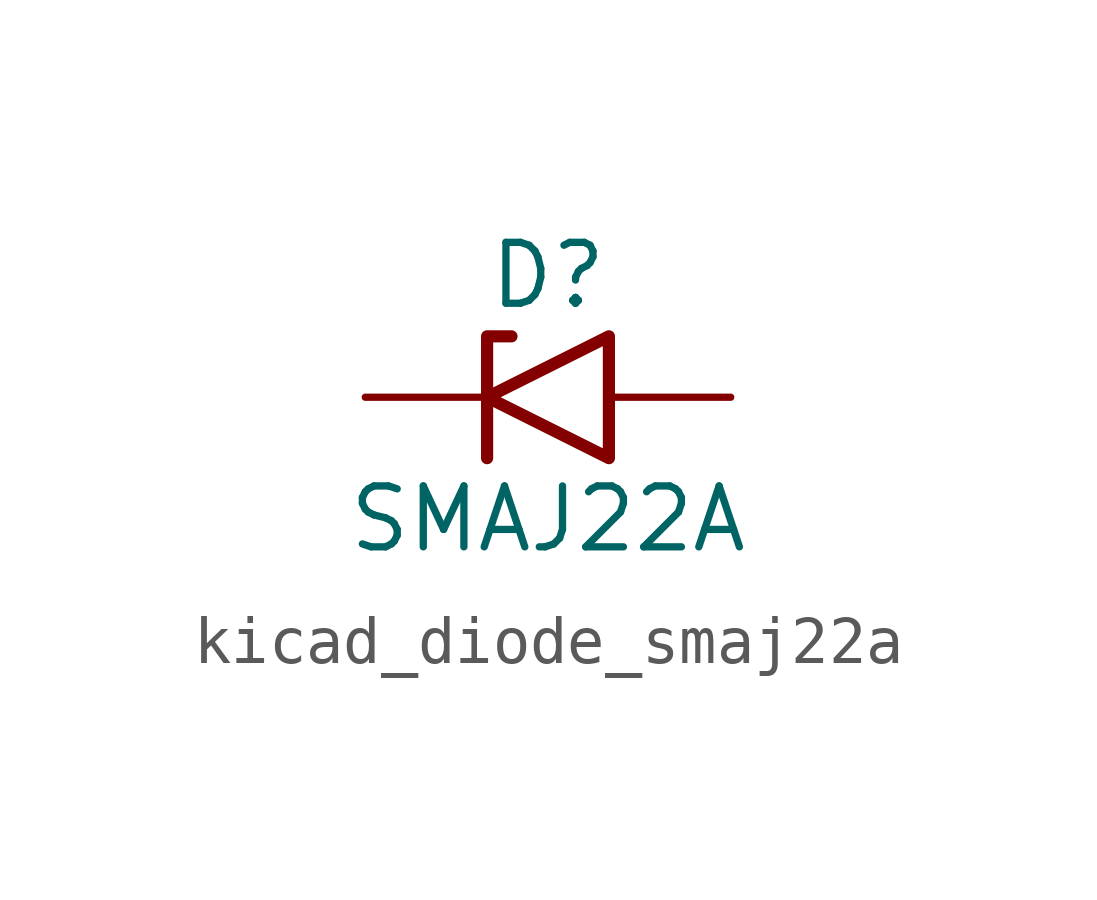
<source format=kicad_sym>
(kicad_symbol_lib
  (version 20220914)
  (generator kicad_symbol_editor)
  (symbol "kicad_diode_smaj22a"
    (pin_numbers hide)
    (pin_names
      (offset 1.016) hide)
    (property "Reference" "D"
      (at 0 2.54 0)
      (effects (font (size 1.27 1.27))))
    (property "Value" "SMAJ22A"
      (at 0 -2.54 0)
      (effects (font (size 1.27 1.27))))
    (symbol "kicad_diode_smaj22a_0_1"
      (polyline (pts (xy -0.762 1.27) (xy -1.27 1.27) (xy -1.27 -1.27)) (stroke (width 0.254) (type default)) (fill (type none)))
      (polyline (pts (xy 1.27 1.27) (xy 1.27 -1.27) (xy -1.27 0) (xy 1.27 1.27)) (stroke (width 0.254) (type default)) (fill (type none))))
    (symbol "kicad_diode_smaj22a_1_1"
      (pin passive line (at -3.81 0 0) (length 2.54) (name "A1" (effects (font (size 1.27 1.27)))) (number "1" (effects (font (size 1.27 1.27)))))
      (pin passive line (at 3.81 0 180) (length 2.54) (name "A2" (effects (font (size 1.27 1.27)))) (number "2" (effects (font (size 1.27 1.27))))))))
</source>
